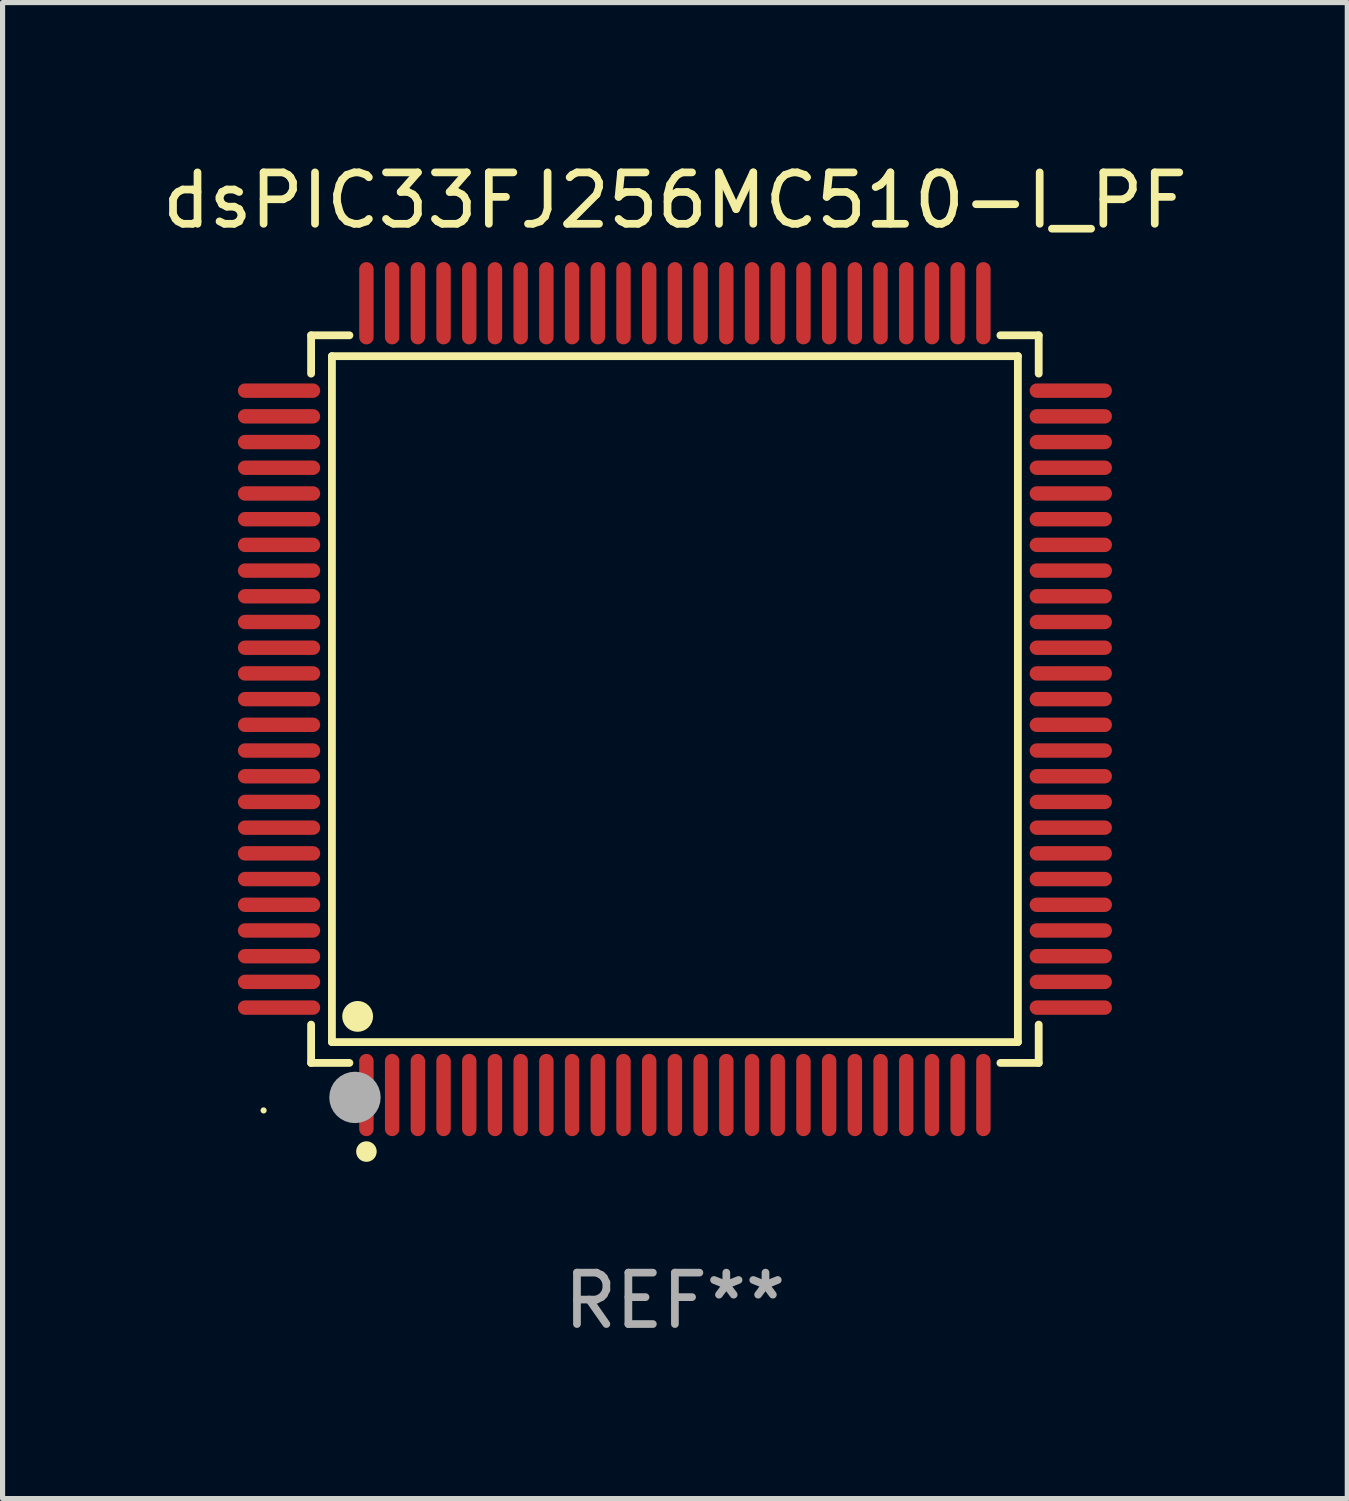
<source format=kicad_pcb>
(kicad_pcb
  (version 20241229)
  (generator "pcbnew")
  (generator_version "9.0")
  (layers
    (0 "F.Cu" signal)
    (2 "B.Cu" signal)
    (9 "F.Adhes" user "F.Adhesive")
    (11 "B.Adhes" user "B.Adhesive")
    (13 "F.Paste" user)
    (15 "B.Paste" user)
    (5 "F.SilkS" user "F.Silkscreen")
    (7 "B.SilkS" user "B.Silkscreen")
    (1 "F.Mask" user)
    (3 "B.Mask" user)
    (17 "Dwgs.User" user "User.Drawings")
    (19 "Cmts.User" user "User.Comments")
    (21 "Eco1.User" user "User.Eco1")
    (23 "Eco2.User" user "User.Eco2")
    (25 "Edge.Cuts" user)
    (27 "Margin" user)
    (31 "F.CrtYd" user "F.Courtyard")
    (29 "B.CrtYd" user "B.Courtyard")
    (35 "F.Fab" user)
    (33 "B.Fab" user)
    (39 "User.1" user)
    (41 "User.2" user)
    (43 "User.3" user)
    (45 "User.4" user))
  (footprint "dsPIC33FJ256MC510-I_PF"
    (layer "F.Cu")
    (at 10.077 10.548)
    (property "Reference" "dsPIC33FJ256MC510-I_PF" (at 0 -9.7 0) (layer "F.SilkS") (effects (font (size 1 1) (thickness 0.15))))
    (attr through_hole)
    (fp_line (start -7.076 -7.076) (end -6.331 -7.076) (stroke (width 0.152) (type solid)) (layer "F.SilkS"))
    (fp_line (start -7.076 -6.331) (end -7.076 -7.076) (stroke (width 0.152) (type solid)) (layer "F.SilkS"))
    (fp_line (start -7.076 6.331) (end -7.076 7.076) (stroke (width 0.152) (type solid)) (layer "F.SilkS"))
    (fp_line (start -7.076 7.076) (end -6.331 7.076) (stroke (width 0.152) (type solid)) (layer "F.SilkS"))
    (fp_line (start -6.671 -6.671) (end 6.671 -6.671) (stroke (width 0.152) (type solid)) (layer "F.SilkS"))
    (fp_line (start -6.671 6.671) (end -6.671 -6.671) (stroke (width 0.152) (type solid)) (layer "F.SilkS"))
    (fp_line (start 6.671 -6.671) (end 6.671 6.671) (stroke (width 0.152) (type solid)) (layer "F.SilkS"))
    (fp_line (start 6.671 6.671) (end -6.671 6.671) (stroke (width 0.152) (type solid)) (layer "F.SilkS"))
    (fp_line (start 7.076 -7.076) (end 6.331 -7.076) (stroke (width 0.152) (type solid)) (layer "F.SilkS"))
    (fp_line (start 7.076 -6.331) (end 7.076 -7.076) (stroke (width 0.152) (type solid)) (layer "F.SilkS"))
    (fp_line (start 7.076 6.331) (end 7.076 7.076) (stroke (width 0.152) (type solid)) (layer "F.SilkS"))
    (fp_line (start 7.076 7.076) (end 6.331 7.076) (stroke (width 0.152) (type solid)) (layer "F.SilkS"))
    (fp_circle (center -8 8) (end -7.97 8) (stroke (width 0.06) (type solid)) (fill no) (layer "F.SilkS"))
    (fp_circle (center -6.171 6.171) (end -6.021 6.171) (stroke (width 0.3) (type solid)) (fill no) (layer "F.SilkS"))
    (fp_circle (center -6 8.8) (end -5.9 8.8) (stroke (width 0.2) (type solid)) (fill no) (layer "F.SilkS"))
    (fp_circle (center -6.223 7.747) (end -5.973 7.747) (stroke (width 0.5) (type solid)) (fill no) (layer "F.Fab"))
    (fp_text user "REF**" (at 0 11.7 0) (layer "F.Fab") (effects (font (size 1 1) (thickness 0.15))))
    (pad "1" smd oval (at -6 7.7) (size 0.28 1.6) (layers "F.Cu" "F.Mask" "F.Paste"))
    (pad "2" smd oval (at -5.5 7.7) (size 0.28 1.6) (layers "F.Cu" "F.Mask" "F.Paste"))
    (pad "3" smd oval (at -5 7.7) (size 0.28 1.6) (layers "F.Cu" "F.Mask" "F.Paste"))
    (pad "4" smd oval (at -4.5 7.7) (size 0.28 1.6) (layers "F.Cu" "F.Mask" "F.Paste"))
    (pad "5" smd oval (at -4 7.7) (size 0.28 1.6) (layers "F.Cu" "F.Mask" "F.Paste"))
    (pad "6" smd oval (at -3.5 7.7) (size 0.28 1.6) (layers "F.Cu" "F.Mask" "F.Paste"))
    (pad "7" smd oval (at -3 7.7) (size 0.28 1.6) (layers "F.Cu" "F.Mask" "F.Paste"))
    (pad "8" smd oval (at -2.5 7.7) (size 0.28 1.6) (layers "F.Cu" "F.Mask" "F.Paste"))
    (pad "9" smd oval (at -2 7.7) (size 0.28 1.6) (layers "F.Cu" "F.Mask" "F.Paste"))
    (pad "10" smd oval (at -1.5 7.7) (size 0.28 1.6) (layers "F.Cu" "F.Mask" "F.Paste"))
    (pad "11" smd oval (at -1 7.7) (size 0.28 1.6) (layers "F.Cu" "F.Mask" "F.Paste"))
    (pad "12" smd oval (at -0.5 7.7) (size 0.28 1.6) (layers "F.Cu" "F.Mask" "F.Paste"))
    (pad "13" smd oval (at 0 7.7) (size 0.28 1.6) (layers "F.Cu" "F.Mask" "F.Paste"))
    (pad "14" smd oval (at 0.5 7.7) (size 0.28 1.6) (layers "F.Cu" "F.Mask" "F.Paste"))
    (pad "15" smd oval (at 1 7.7) (size 0.28 1.6) (layers "F.Cu" "F.Mask" "F.Paste"))
    (pad "16" smd oval (at 1.5 7.7) (size 0.28 1.6) (layers "F.Cu" "F.Mask" "F.Paste"))
    (pad "17" smd oval (at 2 7.7) (size 0.28 1.6) (layers "F.Cu" "F.Mask" "F.Paste"))
    (pad "18" smd oval (at 2.5 7.7) (size 0.28 1.6) (layers "F.Cu" "F.Mask" "F.Paste"))
    (pad "19" smd oval (at 3 7.7) (size 0.28 1.6) (layers "F.Cu" "F.Mask" "F.Paste"))
    (pad "20" smd oval (at 3.5 7.7) (size 0.28 1.6) (layers "F.Cu" "F.Mask" "F.Paste"))
    (pad "21" smd oval (at 4 7.7) (size 0.28 1.6) (layers "F.Cu" "F.Mask" "F.Paste"))
    (pad "22" smd oval (at 4.5 7.7) (size 0.28 1.6) (layers "F.Cu" "F.Mask" "F.Paste"))
    (pad "23" smd oval (at 5 7.7) (size 0.28 1.6) (layers "F.Cu" "F.Mask" "F.Paste"))
    (pad "24" smd oval (at 5.5 7.7) (size 0.28 1.6) (layers "F.Cu" "F.Mask" "F.Paste"))
    (pad "25" smd oval (at 6 7.7) (size 0.28 1.6) (layers "F.Cu" "F.Mask" "F.Paste"))
    (pad "26" smd oval (at 7.7 6) (size 1.6 0.28) (layers "F.Cu" "F.Mask" "F.Paste"))
    (pad "27" smd oval (at 7.7 5.5) (size 1.6 0.28) (layers "F.Cu" "F.Mask" "F.Paste"))
    (pad "28" smd oval (at 7.7 5) (size 1.6 0.28) (layers "F.Cu" "F.Mask" "F.Paste"))
    (pad "29" smd oval (at 7.7 4.5) (size 1.6 0.28) (layers "F.Cu" "F.Mask" "F.Paste"))
    (pad "30" smd oval (at 7.7 4) (size 1.6 0.28) (layers "F.Cu" "F.Mask" "F.Paste"))
    (pad "31" smd oval (at 7.7 3.5) (size 1.6 0.28) (layers "F.Cu" "F.Mask" "F.Paste"))
    (pad "32" smd oval (at 7.7 3) (size 1.6 0.28) (layers "F.Cu" "F.Mask" "F.Paste"))
    (pad "33" smd oval (at 7.7 2.5) (size 1.6 0.28) (layers "F.Cu" "F.Mask" "F.Paste"))
    (pad "34" smd oval (at 7.7 2) (size 1.6 0.28) (layers "F.Cu" "F.Mask" "F.Paste"))
    (pad "35" smd oval (at 7.7 1.5) (size 1.6 0.28) (layers "F.Cu" "F.Mask" "F.Paste"))
    (pad "36" smd oval (at 7.7 1) (size 1.6 0.28) (layers "F.Cu" "F.Mask" "F.Paste"))
    (pad "37" smd oval (at 7.7 0.5) (size 1.6 0.28) (layers "F.Cu" "F.Mask" "F.Paste"))
    (pad "38" smd oval (at 7.7 0) (size 1.6 0.28) (layers "F.Cu" "F.Mask" "F.Paste"))
    (pad "39" smd oval (at 7.7 -0.5) (size 1.6 0.28) (layers "F.Cu" "F.Mask" "F.Paste"))
    (pad "40" smd oval (at 7.7 -1) (size 1.6 0.28) (layers "F.Cu" "F.Mask" "F.Paste"))
    (pad "41" smd oval (at 7.7 -1.5) (size 1.6 0.28) (layers "F.Cu" "F.Mask" "F.Paste"))
    (pad "42" smd oval (at 7.7 -2) (size 1.6 0.28) (layers "F.Cu" "F.Mask" "F.Paste"))
    (pad "43" smd oval (at 7.7 -2.5) (size 1.6 0.28) (layers "F.Cu" "F.Mask" "F.Paste"))
    (pad "44" smd oval (at 7.7 -3) (size 1.6 0.28) (layers "F.Cu" "F.Mask" "F.Paste"))
    (pad "45" smd oval (at 7.7 -3.5) (size 1.6 0.28) (layers "F.Cu" "F.Mask" "F.Paste"))
    (pad "46" smd oval (at 7.7 -4) (size 1.6 0.28) (layers "F.Cu" "F.Mask" "F.Paste"))
    (pad "47" smd oval (at 7.7 -4.5) (size 1.6 0.28) (layers "F.Cu" "F.Mask" "F.Paste"))
    (pad "48" smd oval (at 7.7 -5) (size 1.6 0.28) (layers "F.Cu" "F.Mask" "F.Paste"))
    (pad "49" smd oval (at 7.7 -5.5) (size 1.6 0.28) (layers "F.Cu" "F.Mask" "F.Paste"))
    (pad "50" smd oval (at 7.7 -6) (size 1.6 0.28) (layers "F.Cu" "F.Mask" "F.Paste"))
    (pad "51" smd oval (at 6 -7.7) (size 0.28 1.6) (layers "F.Cu" "F.Mask" "F.Paste"))
    (pad "52" smd oval (at 5.5 -7.7) (size 0.28 1.6) (layers "F.Cu" "F.Mask" "F.Paste"))
    (pad "53" smd oval (at 5 -7.7) (size 0.28 1.6) (layers "F.Cu" "F.Mask" "F.Paste"))
    (pad "54" smd oval (at 4.5 -7.7) (size 0.28 1.6) (layers "F.Cu" "F.Mask" "F.Paste"))
    (pad "55" smd oval (at 4 -7.7) (size 0.28 1.6) (layers "F.Cu" "F.Mask" "F.Paste"))
    (pad "56" smd oval (at 3.5 -7.7) (size 0.28 1.6) (layers "F.Cu" "F.Mask" "F.Paste"))
    (pad "57" smd oval (at 3 -7.7) (size 0.28 1.6) (layers "F.Cu" "F.Mask" "F.Paste"))
    (pad "58" smd oval (at 2.5 -7.7) (size 0.28 1.6) (layers "F.Cu" "F.Mask" "F.Paste"))
    (pad "59" smd oval (at 2 -7.7) (size 0.28 1.6) (layers "F.Cu" "F.Mask" "F.Paste"))
    (pad "60" smd oval (at 1.5 -7.7) (size 0.28 1.6) (layers "F.Cu" "F.Mask" "F.Paste"))
    (pad "61" smd oval (at 1 -7.7) (size 0.28 1.6) (layers "F.Cu" "F.Mask" "F.Paste"))
    (pad "62" smd oval (at 0.5 -7.7) (size 0.28 1.6) (layers "F.Cu" "F.Mask" "F.Paste"))
    (pad "63" smd oval (at 0 -7.7) (size 0.28 1.6) (layers "F.Cu" "F.Mask" "F.Paste"))
    (pad "64" smd oval (at -0.5 -7.7) (size 0.28 1.6) (layers "F.Cu" "F.Mask" "F.Paste"))
    (pad "65" smd oval (at -1 -7.7) (size 0.28 1.6) (layers "F.Cu" "F.Mask" "F.Paste"))
    (pad "66" smd oval (at -1.5 -7.7) (size 0.28 1.6) (layers "F.Cu" "F.Mask" "F.Paste"))
    (pad "67" smd oval (at -2 -7.7) (size 0.28 1.6) (layers "F.Cu" "F.Mask" "F.Paste"))
    (pad "68" smd oval (at -2.5 -7.7) (size 0.28 1.6) (layers "F.Cu" "F.Mask" "F.Paste"))
    (pad "69" smd oval (at -3 -7.7) (size 0.28 1.6) (layers "F.Cu" "F.Mask" "F.Paste"))
    (pad "70" smd oval (at -3.5 -7.7) (size 0.28 1.6) (layers "F.Cu" "F.Mask" "F.Paste"))
    (pad "71" smd oval (at -4 -7.7) (size 0.28 1.6) (layers "F.Cu" "F.Mask" "F.Paste"))
    (pad "72" smd oval (at -4.5 -7.7) (size 0.28 1.6) (layers "F.Cu" "F.Mask" "F.Paste"))
    (pad "73" smd oval (at -5 -7.7) (size 0.28 1.6) (layers "F.Cu" "F.Mask" "F.Paste"))
    (pad "74" smd oval (at -5.5 -7.7) (size 0.28 1.6) (layers "F.Cu" "F.Mask" "F.Paste"))
    (pad "75" smd oval (at -6 -7.7) (size 0.28 1.6) (layers "F.Cu" "F.Mask" "F.Paste"))
    (pad "76" smd oval (at -7.7 -6) (size 1.6 0.28) (layers "F.Cu" "F.Mask" "F.Paste"))
    (pad "77" smd oval (at -7.7 -5.5) (size 1.6 0.28) (layers "F.Cu" "F.Mask" "F.Paste"))
    (pad "78" smd oval (at -7.7 -5) (size 1.6 0.28) (layers "F.Cu" "F.Mask" "F.Paste"))
    (pad "79" smd oval (at -7.7 -4.5) (size 1.6 0.28) (layers "F.Cu" "F.Mask" "F.Paste"))
    (pad "80" smd oval (at -7.7 -4) (size 1.6 0.28) (layers "F.Cu" "F.Mask" "F.Paste"))
    (pad "81" smd oval (at -7.7 -3.5) (size 1.6 0.28) (layers "F.Cu" "F.Mask" "F.Paste"))
    (pad "82" smd oval (at -7.7 -3) (size 1.6 0.28) (layers "F.Cu" "F.Mask" "F.Paste"))
    (pad "83" smd oval (at -7.7 -2.5) (size 1.6 0.28) (layers "F.Cu" "F.Mask" "F.Paste"))
    (pad "84" smd oval (at -7.7 -2) (size 1.6 0.28) (layers "F.Cu" "F.Mask" "F.Paste"))
    (pad "85" smd oval (at -7.7 -1.5) (size 1.6 0.28) (layers "F.Cu" "F.Mask" "F.Paste"))
    (pad "86" smd oval (at -7.7 -1) (size 1.6 0.28) (layers "F.Cu" "F.Mask" "F.Paste"))
    (pad "87" smd oval (at -7.7 -0.5) (size 1.6 0.28) (layers "F.Cu" "F.Mask" "F.Paste"))
    (pad "88" smd oval (at -7.7 0) (size 1.6 0.28) (layers "F.Cu" "F.Mask" "F.Paste"))
    (pad "89" smd oval (at -7.7 0.5) (size 1.6 0.28) (layers "F.Cu" "F.Mask" "F.Paste"))
    (pad "90" smd oval (at -7.7 1) (size 1.6 0.28) (layers "F.Cu" "F.Mask" "F.Paste"))
    (pad "91" smd oval (at -7.7 1.5) (size 1.6 0.28) (layers "F.Cu" "F.Mask" "F.Paste"))
    (pad "92" smd oval (at -7.7 2) (size 1.6 0.28) (layers "F.Cu" "F.Mask" "F.Paste"))
    (pad "93" smd oval (at -7.7 2.5) (size 1.6 0.28) (layers "F.Cu" "F.Mask" "F.Paste"))
    (pad "94" smd oval (at -7.7 3) (size 1.6 0.28) (layers "F.Cu" "F.Mask" "F.Paste"))
    (pad "95" smd oval (at -7.7 3.5) (size 1.6 0.28) (layers "F.Cu" "F.Mask" "F.Paste"))
    (pad "96" smd oval (at -7.7 4) (size 1.6 0.28) (layers "F.Cu" "F.Mask" "F.Paste"))
    (pad "97" smd oval (at -7.7 4.5) (size 1.6 0.28) (layers "F.Cu" "F.Mask" "F.Paste"))
    (pad "98" smd oval (at -7.7 5) (size 1.6 0.28) (layers "F.Cu" "F.Mask" "F.Paste"))
    (pad "99" smd oval (at -7.7 5.5) (size 1.6 0.28) (layers "F.Cu" "F.Mask" "F.Paste"))
    (pad "100" smd oval (at -7.7 6) (size 1.6 0.28) (layers "F.Cu" "F.Mask" "F.Paste")))
  (gr_rect
    (start -3 -3)
    (end 23.155 26.097)
    (stroke (width 0.1) (type default))
    (fill no)
    (layer "Edge.Cuts")))
</source>
